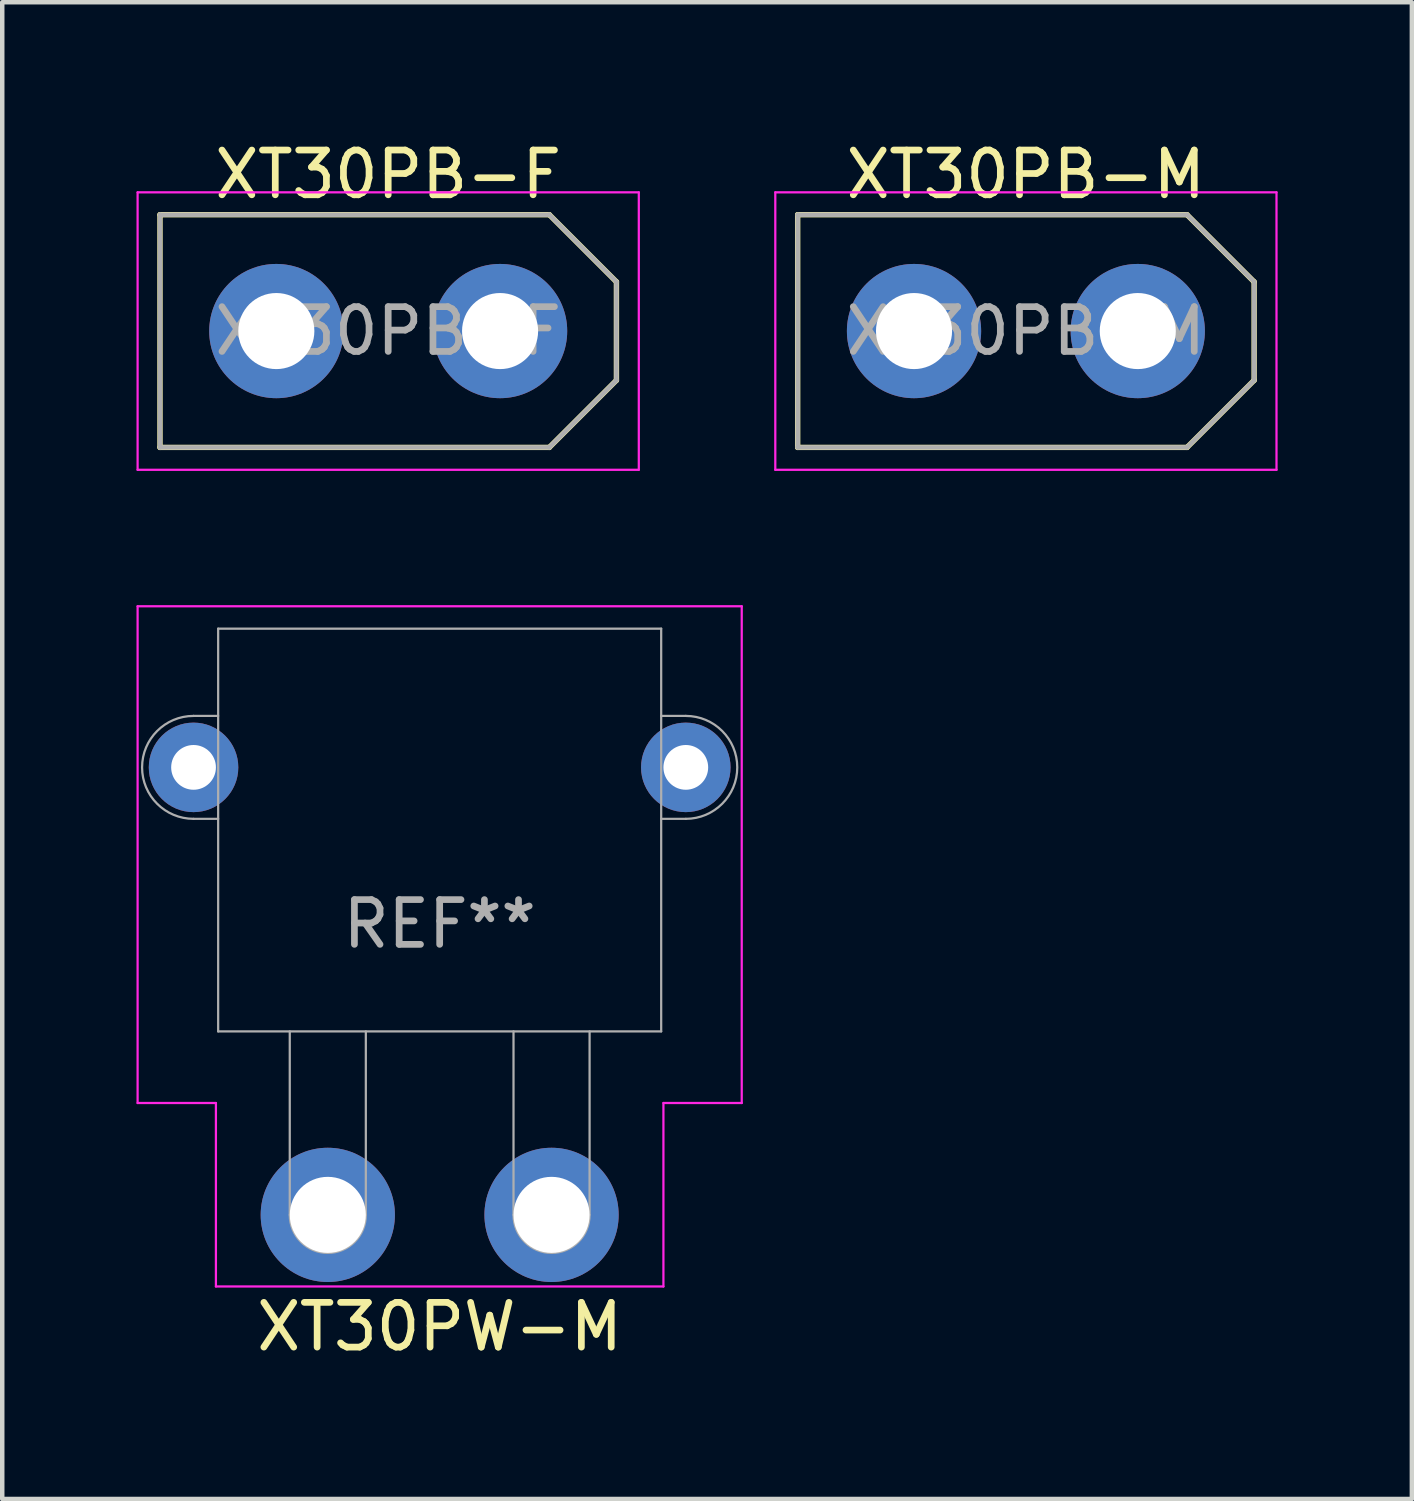
<source format=kicad_pcb>
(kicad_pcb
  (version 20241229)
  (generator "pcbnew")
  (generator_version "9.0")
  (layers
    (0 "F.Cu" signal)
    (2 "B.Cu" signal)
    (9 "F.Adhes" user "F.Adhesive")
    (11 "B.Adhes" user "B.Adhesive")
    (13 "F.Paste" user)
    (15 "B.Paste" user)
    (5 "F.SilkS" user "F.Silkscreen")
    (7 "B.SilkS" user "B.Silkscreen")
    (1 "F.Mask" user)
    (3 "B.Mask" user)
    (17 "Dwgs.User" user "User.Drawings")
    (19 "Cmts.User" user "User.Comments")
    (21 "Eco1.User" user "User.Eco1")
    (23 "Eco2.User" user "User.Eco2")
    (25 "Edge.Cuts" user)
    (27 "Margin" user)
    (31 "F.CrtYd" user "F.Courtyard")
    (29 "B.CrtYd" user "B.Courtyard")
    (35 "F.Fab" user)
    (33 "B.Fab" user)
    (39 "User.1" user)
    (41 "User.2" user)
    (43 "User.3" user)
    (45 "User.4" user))
  (footprint "XT30PB-M"
    (layer "F.Cu")
    (at 19.875 4.348)
    (property "Reference" "XT30PB-M" (at 0 -3.5 0) (layer "F.SilkS") (effects (font (size 1 1) (thickness 0.15))))
    (attr through_hole)
    (fp_line (start -5.1 -2.6) (end -5.1 2.6) (stroke (width 0.12) (type solid)) (layer "F.SilkS"))
    (fp_line (start -5.1 -2.6) (end 3.6 -2.6) (stroke (width 0.12) (type solid)) (layer "F.SilkS"))
    (fp_line (start -5.1 2.6) (end 3.6 2.6) (stroke (width 0.12) (type solid)) (layer "F.SilkS"))
    (fp_line (start 3.6 2.6) (end 5.1 1.1) (stroke (width 0.12) (type solid)) (layer "F.SilkS"))
    (fp_line (start 5.1 -1.1) (end 3.6 -2.6) (stroke (width 0.12) (type solid)) (layer "F.SilkS"))
    (fp_line (start 5.1 -1.1) (end 5.1 1.1) (stroke (width 0.12) (type solid)) (layer "F.SilkS"))
    (fp_line (start -5.6 -3.1) (end -5.6 3.1) (stroke (width 0.05) (type solid)) (layer "F.CrtYd"))
    (fp_line (start -5.6 3.1) (end 5.6 3.1) (stroke (width 0.05) (type solid)) (layer "F.CrtYd"))
    (fp_line (start 5.6 -3.1) (end -5.6 -3.1) (stroke (width 0.05) (type solid)) (layer "F.CrtYd"))
    (fp_line (start 5.6 3.1) (end 5.6 -3.1) (stroke (width 0.05) (type solid)) (layer "F.CrtYd"))
    (fp_line (start -5.1 -2.6) (end -5.1 2.6) (stroke (width 0.1) (type solid)) (layer "F.Fab"))
    (fp_line (start -5.1 -2.6) (end 3.6 -2.6) (stroke (width 0.1) (type solid)) (layer "F.Fab"))
    (fp_line (start -5.1 2.6) (end 3.6 2.6) (stroke (width 0.1) (type solid)) (layer "F.Fab"))
    (fp_line (start 3.6 2.6) (end 5.1 1.1) (stroke (width 0.1) (type solid)) (layer "F.Fab"))
    (fp_line (start 5.1 -1.1) (end 3.6 -2.6) (stroke (width 0.1) (type solid)) (layer "F.Fab"))
    (fp_line (start 5.1 -1.1) (end 5.1 1.1) (stroke (width 0.1) (type solid)) (layer "F.Fab"))
    (fp_text user "${REFERENCE}" (at 0 0 0) (layer "F.Fab") (effects (font (size 1 1) (thickness 0.15))))
    (pad "1" thru_hole circle (at 2.5 0) (size 3 3) (drill 1.7) (layers "*.Cu" "*.Mask"))
    (pad "2" thru_hole circle (at -2.5 0) (size 3 3) (drill 1.7) (layers "*.Cu" "*.Mask")))
  (footprint "XT30PB-F"
    (layer "F.Cu")
    (at 5.625 4.348)
    (property "Reference" "XT30PB-F" (at 0 -3.5 0) (layer "F.SilkS") (effects (font (size 1 1) (thickness 0.15))))
    (attr through_hole)
    (fp_line (start -5.1 -2.6) (end -5.1 2.6) (stroke (width 0.12) (type solid)) (layer "F.SilkS"))
    (fp_line (start -5.1 -2.6) (end 3.6 -2.6) (stroke (width 0.12) (type solid)) (layer "F.SilkS"))
    (fp_line (start -5.1 2.6) (end 3.6 2.6) (stroke (width 0.12) (type solid)) (layer "F.SilkS"))
    (fp_line (start 3.6 2.6) (end 5.1 1.1) (stroke (width 0.12) (type solid)) (layer "F.SilkS"))
    (fp_line (start 5.1 -1.1) (end 3.6 -2.6) (stroke (width 0.12) (type solid)) (layer "F.SilkS"))
    (fp_line (start 5.1 -1.1) (end 5.1 1.1) (stroke (width 0.12) (type solid)) (layer "F.SilkS"))
    (fp_line (start -5.6 -3.1) (end -5.6 3.1) (stroke (width 0.05) (type solid)) (layer "F.CrtYd"))
    (fp_line (start -5.6 3.1) (end 5.6 3.1) (stroke (width 0.05) (type solid)) (layer "F.CrtYd"))
    (fp_line (start 5.6 -3.1) (end -5.6 -3.1) (stroke (width 0.05) (type solid)) (layer "F.CrtYd"))
    (fp_line (start 5.6 3.1) (end 5.6 -3.1) (stroke (width 0.05) (type solid)) (layer "F.CrtYd"))
    (fp_line (start -5.1 -2.6) (end -5.1 2.6) (stroke (width 0.1) (type solid)) (layer "F.Fab"))
    (fp_line (start -5.1 -2.6) (end 3.6 -2.6) (stroke (width 0.1) (type solid)) (layer "F.Fab"))
    (fp_line (start -5.1 2.6) (end 3.6 2.6) (stroke (width 0.1) (type solid)) (layer "F.Fab"))
    (fp_line (start 3.6 2.6) (end 5.1 1.1) (stroke (width 0.1) (type solid)) (layer "F.Fab"))
    (fp_line (start 5.1 -1.1) (end 3.6 -2.6) (stroke (width 0.1) (type solid)) (layer "F.Fab"))
    (fp_line (start 5.1 -1.1) (end 5.1 1.1) (stroke (width 0.1) (type solid)) (layer "F.Fab"))
    (fp_text user "${REFERENCE}" (at 0 0 0) (layer "F.Fab") (effects (font (size 1 1) (thickness 0.15))))
    (pad "1" thru_hole circle (at 2.5 0) (size 3 3) (drill 1.7) (layers "*.Cu" "*.Mask"))
    (pad "2" thru_hole circle (at -2.5 0) (size 3 3) (drill 1.7) (layers "*.Cu" "*.Mask")))
  (footprint "XT30PW-M"
    (layer "F.Cu")
    (at 6.775 10.998)
    (property "Reference" "XT30PW-M" (at 0 15.6 0) (layer "F.SilkS") (effects (font (size 1 1) (thickness 0.15))))
    (attr through_hole)
    (fp_line (start -6.75 -0.5) (end 6.75 -0.5) (stroke (width 0.05) (type solid)) (layer "F.CrtYd"))
    (fp_line (start -6.75 10.6) (end -6.75 -0.5) (stroke (width 0.05) (type solid)) (layer "F.CrtYd"))
    (fp_line (start -5 10.6) (end -6.75 10.6) (stroke (width 0.05) (type solid)) (layer "F.CrtYd"))
    (fp_line (start -5 14.7) (end -5 10.6) (stroke (width 0.05) (type solid)) (layer "F.CrtYd"))
    (fp_line (start 5 10.6) (end 5 14.7) (stroke (width 0.05) (type solid)) (layer "F.CrtYd"))
    (fp_line (start 5 14.7) (end -5 14.7) (stroke (width 0.05) (type solid)) (layer "F.CrtYd"))
    (fp_line (start 6.75 -0.5) (end 6.75 10.6) (stroke (width 0.05) (type solid)) (layer "F.CrtYd"))
    (fp_line (start 6.75 10.6) (end 5 10.6) (stroke (width 0.05) (type solid)) (layer "F.CrtYd"))
    (fp_line (start -4.95 0) (end 4.95 0) (stroke (width 0.05) (type solid)) (layer "F.Fab"))
    (fp_line (start -4.95 1.95) (end -5.5 1.95) (stroke (width 0.05) (type solid)) (layer "F.Fab"))
    (fp_line (start -4.95 4.25) (end -5.5 4.25) (stroke (width 0.05) (type solid)) (layer "F.Fab"))
    (fp_line (start -4.95 9) (end -4.95 0) (stroke (width 0.05) (type solid)) (layer "F.Fab"))
    (fp_line (start -3.35 9) (end -3.35 13.1) (stroke (width 0.05) (type solid)) (layer "F.Fab"))
    (fp_line (start -1.65 9) (end -1.65 13.1) (stroke (width 0.05) (type solid)) (layer "F.Fab"))
    (fp_line (start 1.65 9) (end 1.65 13.1) (stroke (width 0.05) (type solid)) (layer "F.Fab"))
    (fp_line (start 3.35 9) (end 3.35 13.1) (stroke (width 0.05) (type solid)) (layer "F.Fab"))
    (fp_line (start 4.95 0) (end 4.95 9) (stroke (width 0.05) (type solid)) (layer "F.Fab"))
    (fp_line (start 4.95 1.95) (end 5.5 1.95) (stroke (width 0.05) (type solid)) (layer "F.Fab"))
    (fp_line (start 4.95 4.25) (end 5.5 4.25) (stroke (width 0.05) (type solid)) (layer "F.Fab"))
    (fp_line (start 4.95 9) (end -4.95 9) (stroke (width 0.05) (type solid)) (layer "F.Fab"))
    (fp_arc (start -5.5 4.25) (mid -6.65 3.1) (end -5.5 1.95) (stroke (width 0.05) (type solid)) (layer "F.Fab"))
    (fp_arc (start -1.65 13.1) (mid -2.5 13.95) (end -3.35 13.1) (stroke (width 0.05) (type solid)) (layer "F.Fab"))
    (fp_arc (start 3.35 13.1) (mid 2.5 13.95) (end 1.65 13.1) (stroke (width 0.05) (type solid)) (layer "F.Fab"))
    (fp_arc (start 5.5 1.95) (mid 6.65 3.1) (end 5.5 4.25) (stroke (width 0.05) (type solid)) (layer "F.Fab"))
    (fp_text user "REF**" (at 0 6.6 0) (layer "F.Fab") (effects (font (size 1 1) (thickness 0.15))))
    (pad "1" thru_hole circle (at 2.5 13.1) (size 3 3) (drill 1.7) (layers "*.Cu" "*.Mask"))
    (pad "2" thru_hole circle (at -2.5 13.1) (size 3 3) (drill 1.7) (layers "*.Cu" "*.Mask"))
    (pad "3" thru_hole circle (at -5.5 3.1) (size 2 2) (drill 1) (layers "*.Cu" "*.Mask"))
    (pad "4" thru_hole circle (at 5.5 3.1) (size 2 2) (drill 1) (layers "*.Cu" "*.Mask")))
  (gr_rect
    (start -3 -3)
    (end 28.5 30.447)
    (stroke (width 0.1) (type default))
    (fill no)
    (layer "Edge.Cuts")))
</source>
